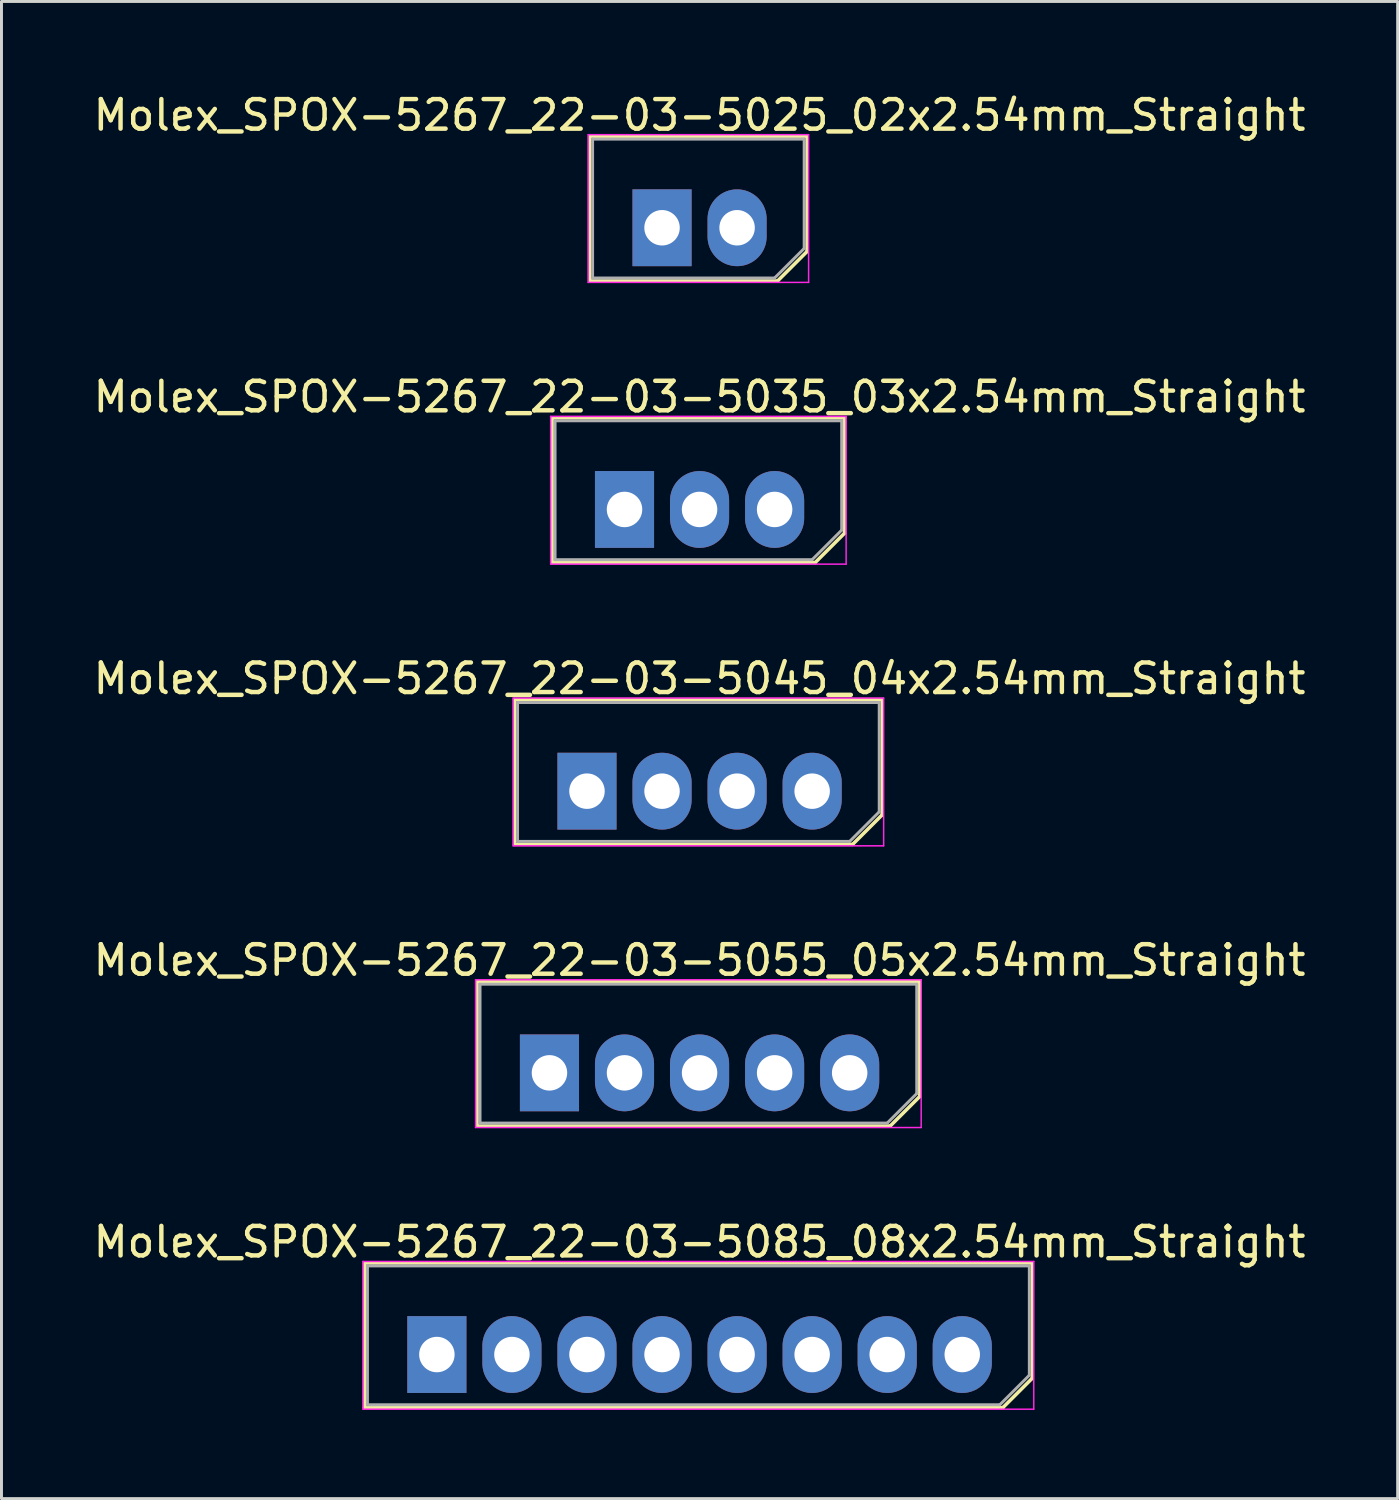
<source format=kicad_pcb>
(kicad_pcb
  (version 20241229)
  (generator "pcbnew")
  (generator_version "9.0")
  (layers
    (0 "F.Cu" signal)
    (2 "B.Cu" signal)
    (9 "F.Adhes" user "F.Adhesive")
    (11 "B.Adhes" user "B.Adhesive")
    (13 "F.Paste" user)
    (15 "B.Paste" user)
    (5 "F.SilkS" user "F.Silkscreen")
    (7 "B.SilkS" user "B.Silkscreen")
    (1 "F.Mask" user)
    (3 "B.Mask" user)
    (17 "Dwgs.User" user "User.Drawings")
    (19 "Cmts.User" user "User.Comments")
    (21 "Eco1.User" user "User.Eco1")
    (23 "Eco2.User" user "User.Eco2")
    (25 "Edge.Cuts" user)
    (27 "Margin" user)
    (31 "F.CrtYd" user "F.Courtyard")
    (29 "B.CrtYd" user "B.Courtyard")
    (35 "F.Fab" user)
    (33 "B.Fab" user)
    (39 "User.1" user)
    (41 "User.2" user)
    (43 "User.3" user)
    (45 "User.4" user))
  (footprint "Molex_SPOX-5267_22-03-5045_04x2.54mm_Straight"
    (layer "F.Cu")
    (at 16.815 23.725)
    (property "Reference" "Molex_SPOX-5267_22-03-5045_04x2.54mm_Straight" (at 3.81 -3.81 0) (layer "F.SilkS") (effects (font (size 1 1) (thickness 0.15))))
    (attr through_hole)
    (fp_line (start -2.45 -3.1) (end -2.45 1.8) (stroke (width 0.12) (type solid)) (layer "F.SilkS"))
    (fp_line (start -2.45 1.8) (end 8.99 1.8) (stroke (width 0.12) (type solid)) (layer "F.SilkS"))
    (fp_line (start 8.99 1.8) (end 9.99 0.8) (stroke (width 0.12) (type solid)) (layer "F.SilkS"))
    (fp_line (start 9.99 -3.1) (end -2.45 -3.1) (stroke (width 0.12) (type solid)) (layer "F.SilkS"))
    (fp_line (start 9.99 0.8) (end 9.99 -3.1) (stroke (width 0.12) (type solid)) (layer "F.SilkS"))
    (fp_line (start -2.5 -3.15) (end 10.04 -3.15) (stroke (width 0.05) (type solid)) (layer "F.CrtYd"))
    (fp_line (start -2.5 1.85) (end -2.5 -3.15) (stroke (width 0.05) (type solid)) (layer "F.CrtYd"))
    (fp_line (start 10.04 -3.15) (end 10.04 1.85) (stroke (width 0.05) (type solid)) (layer "F.CrtYd"))
    (fp_line (start 10.04 1.85) (end -2.5 1.85) (stroke (width 0.05) (type solid)) (layer "F.CrtYd"))
    (fp_line (start -2.35 -3) (end -2.35 1.7) (stroke (width 0.1) (type solid)) (layer "F.Fab"))
    (fp_line (start -2.35 1.7) (end 8.89 1.7) (stroke (width 0.1) (type solid)) (layer "F.Fab"))
    (fp_line (start 8.89 1.7) (end 9.89 0.7) (stroke (width 0.1) (type solid)) (layer "F.Fab"))
    (fp_line (start 9.89 -3) (end -2.35 -3) (stroke (width 0.1) (type solid)) (layer "F.Fab"))
    (fp_line (start 9.89 0.7) (end 9.89 -3) (stroke (width 0.1) (type solid)) (layer "F.Fab"))
    (pad "1" thru_hole rect (at 0 0) (size 2 2.6) (drill 1.2) (layers "*.Cu" "*.Mask"))
    (pad "2" thru_hole oval (at 2.54 0) (size 2 2.6) (drill 1.2) (layers "*.Cu" "*.Mask"))
    (pad "3" thru_hole oval (at 5.08 0) (size 2 2.6) (drill 1.2) (layers "*.Cu" "*.Mask"))
    (pad "4" thru_hole oval (at 7.62 0) (size 2 2.6) (drill 1.2) (layers "*.Cu" "*.Mask")))
  (footprint "Molex_SPOX-5267_22-03-5085_08x2.54mm_Straight"
    (layer "F.Cu")
    (at 11.735 42.791)
    (property "Reference" "Molex_SPOX-5267_22-03-5085_08x2.54mm_Straight" (at 8.89 -3.81 0) (layer "F.SilkS") (effects (font (size 1 1) (thickness 0.15))))
    (attr through_hole)
    (fp_line (start -2.45 -3.1) (end -2.45 1.8) (stroke (width 0.12) (type solid)) (layer "F.SilkS"))
    (fp_line (start -2.45 1.8) (end 19.15 1.8) (stroke (width 0.12) (type solid)) (layer "F.SilkS"))
    (fp_line (start 19.15 1.8) (end 20.15 0.8) (stroke (width 0.12) (type solid)) (layer "F.SilkS"))
    (fp_line (start 20.15 -3.1) (end -2.45 -3.1) (stroke (width 0.12) (type solid)) (layer "F.SilkS"))
    (fp_line (start 20.15 0.8) (end 20.15 -3.1) (stroke (width 0.12) (type solid)) (layer "F.SilkS"))
    (fp_line (start -2.5 -3.15) (end 20.2 -3.15) (stroke (width 0.05) (type solid)) (layer "F.CrtYd"))
    (fp_line (start -2.5 1.85) (end -2.5 -3.15) (stroke (width 0.05) (type solid)) (layer "F.CrtYd"))
    (fp_line (start 20.2 -3.15) (end 20.2 1.85) (stroke (width 0.05) (type solid)) (layer "F.CrtYd"))
    (fp_line (start 20.2 1.85) (end -2.5 1.85) (stroke (width 0.05) (type solid)) (layer "F.CrtYd"))
    (fp_line (start -2.35 -3) (end -2.35 1.7) (stroke (width 0.1) (type solid)) (layer "F.Fab"))
    (fp_line (start -2.35 1.7) (end 19.05 1.7) (stroke (width 0.1) (type solid)) (layer "F.Fab"))
    (fp_line (start 19.05 1.7) (end 20.05 0.7) (stroke (width 0.1) (type solid)) (layer "F.Fab"))
    (fp_line (start 20.05 -3) (end -2.35 -3) (stroke (width 0.1) (type solid)) (layer "F.Fab"))
    (fp_line (start 20.05 0.7) (end 20.05 -3) (stroke (width 0.1) (type solid)) (layer "F.Fab"))
    (pad "1" thru_hole rect (at 0 0) (size 2 2.6) (drill 1.2) (layers "*.Cu" "*.Mask"))
    (pad "2" thru_hole oval (at 2.54 0) (size 2 2.6) (drill 1.2) (layers "*.Cu" "*.Mask"))
    (pad "3" thru_hole oval (at 5.08 0) (size 2 2.6) (drill 1.2) (layers "*.Cu" "*.Mask"))
    (pad "4" thru_hole oval (at 7.62 0) (size 2 2.6) (drill 1.2) (layers "*.Cu" "*.Mask"))
    (pad "5" thru_hole oval (at 10.16 0) (size 2 2.6) (drill 1.2) (layers "*.Cu" "*.Mask"))
    (pad "6" thru_hole oval (at 12.7 0) (size 2 2.6) (drill 1.2) (layers "*.Cu" "*.Mask"))
    (pad "7" thru_hole oval (at 15.24 0) (size 2 2.6) (drill 1.2) (layers "*.Cu" "*.Mask"))
    (pad "8" thru_hole oval (at 17.78 0) (size 2 2.6) (drill 1.2) (layers "*.Cu" "*.Mask")))
  (footprint "Molex_SPOX-5267_22-03-5055_05x2.54mm_Straight"
    (layer "F.Cu")
    (at 15.545 33.258)
    (property "Reference" "Molex_SPOX-5267_22-03-5055_05x2.54mm_Straight" (at 5.08 -3.81 0) (layer "F.SilkS") (effects (font (size 1 1) (thickness 0.15))))
    (attr through_hole)
    (fp_line (start -2.45 -3.1) (end -2.45 1.8) (stroke (width 0.12) (type solid)) (layer "F.SilkS"))
    (fp_line (start -2.45 1.8) (end 11.53 1.8) (stroke (width 0.12) (type solid)) (layer "F.SilkS"))
    (fp_line (start 11.53 1.8) (end 12.53 0.8) (stroke (width 0.12) (type solid)) (layer "F.SilkS"))
    (fp_line (start 12.53 -3.1) (end -2.45 -3.1) (stroke (width 0.12) (type solid)) (layer "F.SilkS"))
    (fp_line (start 12.53 0.8) (end 12.53 -3.1) (stroke (width 0.12) (type solid)) (layer "F.SilkS"))
    (fp_line (start -2.5 -3.15) (end 12.58 -3.15) (stroke (width 0.05) (type solid)) (layer "F.CrtYd"))
    (fp_line (start -2.5 1.85) (end -2.5 -3.15) (stroke (width 0.05) (type solid)) (layer "F.CrtYd"))
    (fp_line (start 12.58 -3.15) (end 12.58 1.85) (stroke (width 0.05) (type solid)) (layer "F.CrtYd"))
    (fp_line (start 12.58 1.85) (end -2.5 1.85) (stroke (width 0.05) (type solid)) (layer "F.CrtYd"))
    (fp_line (start -2.35 -3) (end -2.35 1.7) (stroke (width 0.1) (type solid)) (layer "F.Fab"))
    (fp_line (start -2.35 1.7) (end 11.43 1.7) (stroke (width 0.1) (type solid)) (layer "F.Fab"))
    (fp_line (start 11.43 1.7) (end 12.43 0.7) (stroke (width 0.1) (type solid)) (layer "F.Fab"))
    (fp_line (start 12.43 -3) (end -2.35 -3) (stroke (width 0.1) (type solid)) (layer "F.Fab"))
    (fp_line (start 12.43 0.7) (end 12.43 -3) (stroke (width 0.1) (type solid)) (layer "F.Fab"))
    (pad "1" thru_hole rect (at 0 0) (size 2 2.6) (drill 1.2) (layers "*.Cu" "*.Mask"))
    (pad "2" thru_hole oval (at 2.54 0) (size 2 2.6) (drill 1.2) (layers "*.Cu" "*.Mask"))
    (pad "3" thru_hole oval (at 5.08 0) (size 2 2.6) (drill 1.2) (layers "*.Cu" "*.Mask"))
    (pad "4" thru_hole oval (at 7.62 0) (size 2 2.6) (drill 1.2) (layers "*.Cu" "*.Mask"))
    (pad "5" thru_hole oval (at 10.16 0) (size 2 2.6) (drill 1.2) (layers "*.Cu" "*.Mask")))
  (footprint "Molex_SPOX-5267_22-03-5025_02x2.54mm_Straight"
    (layer "F.Cu")
    (at 19.355 4.658)
    (property "Reference" "Molex_SPOX-5267_22-03-5025_02x2.54mm_Straight" (at 1.27 -3.81 0) (layer "F.SilkS") (effects (font (size 1 1) (thickness 0.15))))
    (attr through_hole)
    (fp_line (start -2.45 -3.1) (end -2.45 1.8) (stroke (width 0.12) (type solid)) (layer "F.SilkS"))
    (fp_line (start -2.45 1.8) (end 3.91 1.8) (stroke (width 0.12) (type solid)) (layer "F.SilkS"))
    (fp_line (start 3.91 1.8) (end 4.91 0.8) (stroke (width 0.12) (type solid)) (layer "F.SilkS"))
    (fp_line (start 4.91 -3.1) (end -2.45 -3.1) (stroke (width 0.12) (type solid)) (layer "F.SilkS"))
    (fp_line (start 4.91 0.8) (end 4.91 -3.1) (stroke (width 0.12) (type solid)) (layer "F.SilkS"))
    (fp_line (start -2.5 -3.15) (end 4.96 -3.15) (stroke (width 0.05) (type solid)) (layer "F.CrtYd"))
    (fp_line (start -2.5 1.85) (end -2.5 -3.15) (stroke (width 0.05) (type solid)) (layer "F.CrtYd"))
    (fp_line (start 4.96 -3.15) (end 4.96 1.85) (stroke (width 0.05) (type solid)) (layer "F.CrtYd"))
    (fp_line (start 4.96 1.85) (end -2.5 1.85) (stroke (width 0.05) (type solid)) (layer "F.CrtYd"))
    (fp_line (start -2.35 -3) (end -2.35 1.7) (stroke (width 0.1) (type solid)) (layer "F.Fab"))
    (fp_line (start -2.35 1.7) (end 3.81 1.7) (stroke (width 0.1) (type solid)) (layer "F.Fab"))
    (fp_line (start 3.81 1.7) (end 4.81 0.7) (stroke (width 0.1) (type solid)) (layer "F.Fab"))
    (fp_line (start 4.81 -3) (end -2.35 -3) (stroke (width 0.1) (type solid)) (layer "F.Fab"))
    (fp_line (start 4.81 0.7) (end 4.81 -3) (stroke (width 0.1) (type solid)) (layer "F.Fab"))
    (pad "1" thru_hole rect (at 0 0) (size 2 2.6) (drill 1.2) (layers "*.Cu" "*.Mask"))
    (pad "2" thru_hole oval (at 2.54 0) (size 2 2.6) (drill 1.2) (layers "*.Cu" "*.Mask")))
  (footprint "Molex_SPOX-5267_22-03-5035_03x2.54mm_Straight"
    (layer "F.Cu")
    (at 18.085 14.191)
    (property "Reference" "Molex_SPOX-5267_22-03-5035_03x2.54mm_Straight" (at 2.54 -3.81 0) (layer "F.SilkS") (effects (font (size 1 1) (thickness 0.15))))
    (attr through_hole)
    (fp_line (start -2.45 -3.1) (end -2.45 1.8) (stroke (width 0.12) (type solid)) (layer "F.SilkS"))
    (fp_line (start -2.45 1.8) (end 6.45 1.8) (stroke (width 0.12) (type solid)) (layer "F.SilkS"))
    (fp_line (start 6.45 1.8) (end 7.45 0.8) (stroke (width 0.12) (type solid)) (layer "F.SilkS"))
    (fp_line (start 7.45 -3.1) (end -2.45 -3.1) (stroke (width 0.12) (type solid)) (layer "F.SilkS"))
    (fp_line (start 7.45 0.8) (end 7.45 -3.1) (stroke (width 0.12) (type solid)) (layer "F.SilkS"))
    (fp_line (start -2.5 -3.15) (end 7.5 -3.15) (stroke (width 0.05) (type solid)) (layer "F.CrtYd"))
    (fp_line (start -2.5 1.85) (end -2.5 -3.15) (stroke (width 0.05) (type solid)) (layer "F.CrtYd"))
    (fp_line (start 7.5 -3.15) (end 7.5 1.85) (stroke (width 0.05) (type solid)) (layer "F.CrtYd"))
    (fp_line (start 7.5 1.85) (end -2.5 1.85) (stroke (width 0.05) (type solid)) (layer "F.CrtYd"))
    (fp_line (start -2.35 -3) (end -2.35 1.7) (stroke (width 0.1) (type solid)) (layer "F.Fab"))
    (fp_line (start -2.35 1.7) (end 6.35 1.7) (stroke (width 0.1) (type solid)) (layer "F.Fab"))
    (fp_line (start 6.35 1.7) (end 7.35 0.7) (stroke (width 0.1) (type solid)) (layer "F.Fab"))
    (fp_line (start 7.35 -3) (end -2.35 -3) (stroke (width 0.1) (type solid)) (layer "F.Fab"))
    (fp_line (start 7.35 0.7) (end 7.35 -3) (stroke (width 0.1) (type solid)) (layer "F.Fab"))
    (pad "1" thru_hole rect (at 0 0) (size 2 2.6) (drill 1.2) (layers "*.Cu" "*.Mask"))
    (pad "2" thru_hole oval (at 2.54 0) (size 2 2.6) (drill 1.2) (layers "*.Cu" "*.Mask"))
    (pad "3" thru_hole oval (at 5.08 0) (size 2 2.6) (drill 1.2) (layers "*.Cu" "*.Mask")))
  (gr_rect
    (start -3 -3)
    (end 44.25 47.666)
    (stroke (width 0.1) (type default))
    (fill no)
    (layer "Edge.Cuts")))
</source>
